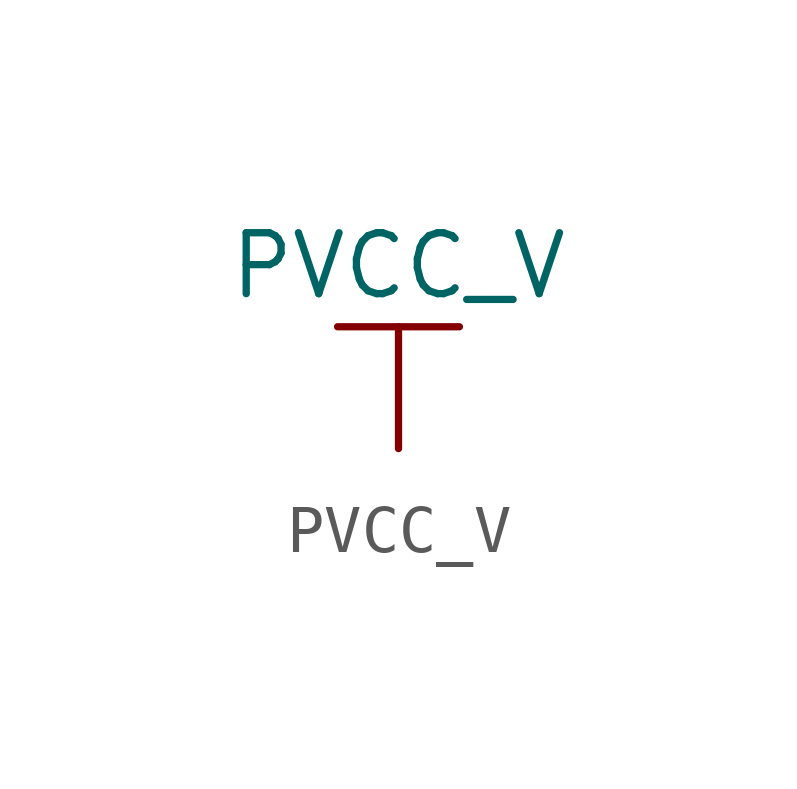
<source format=kicad_sym>
(kicad_symbol_lib
  (version 20211014)
  (generator kicad_symbol_editor)
  (symbol "PVCC_V"
    (power)
    (pin_names
      (offset 0))
    (property "Reference" "#PWR"
      (at 0 -3.81 0)
      (effects (font (size 1.27 1.27)) hide))
    (property "Value" "PVCC_V"
      (at 0 3.81 0)
      (effects (font (size 1.27 1.27))))
    (symbol "PVCC_V_0_1"
      (polyline (pts (xy -1.27 2.54) (xy 1.27 2.54)) (stroke (width 0.152) (type default) (color 0 0 0 0)) (fill (type none)))
      (polyline (pts (xy 0 0) (xy 0 2.54)) (stroke (width 0.152) (type default) (color 0 0 0 0)) (fill (type none))))
    (symbol "PVCC_V_1_1"
      (pin power_in line (at 0 0 90) (length 0) hide (name "PVCC_V" (effects (font (size 1.27 1.27)))) (number "1" (effects (font (size 1.27 1.27))))))))
</source>
